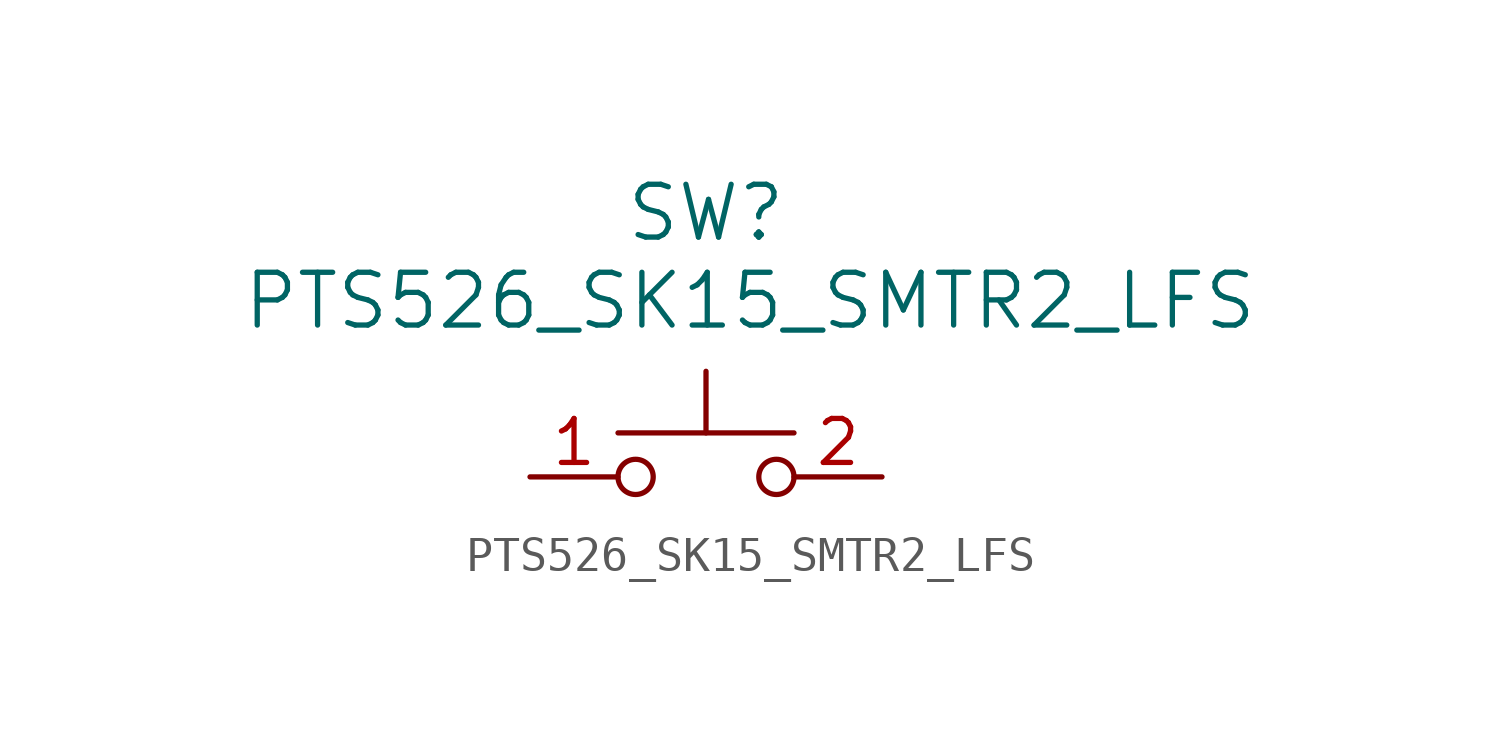
<source format=kicad_sym>
(kicad_symbol_lib
  (version 20211014)
  (generator kicad_symbol_editor)
  (symbol "PTS526_SK15_SMTR2_LFS"
    (pin_names
      (offset 0.254))
    (property "Reference" "SW"
      (at 0 7.62 0)
      (effects (font (size 1.524 1.524))))
    (property "Value" "PTS526_SK15_SMTR2_LFS"
      (at 1.27 5.08 0)
      (effects (font (size 1.524 1.524))))
    (property "Datasheet" ""
      (at 0 0 0)
      (effects (font (size 1.524 1.524))))
    (symbol "PTS526_SK15_SMTR2_LFS_0_1"
      (circle (center -2.032 0) (radius 0.508) (stroke (width 0) (type default) (color 0 0 0 0)) (fill (type none)))
      (polyline (pts (xy 0 1.27) (xy 0 3.048)) (stroke (width 0) (type default) (color 0 0 0 0)) (fill (type none)))
      (polyline (pts (xy 2.54 1.27) (xy -2.54 1.27)) (stroke (width 0) (type default) (color 0 0 0 0)) (fill (type none)))
      (circle (center 2.032 0) (radius 0.508) (stroke (width 0) (type default) (color 0 0 0 0)) (fill (type none)))
      (pin passive line (at -5.08 0 0) (length 2.54) (name "" (effects (font (size 1.27 1.27)))) (number "1" (effects (font (size 1.27 1.27)))))
      (pin passive line (at 5.08 0 180) (length 2.54) (name "" (effects (font (size 1.27 1.27)))) (number "2" (effects (font (size 1.27 1.27))))))))
</source>
